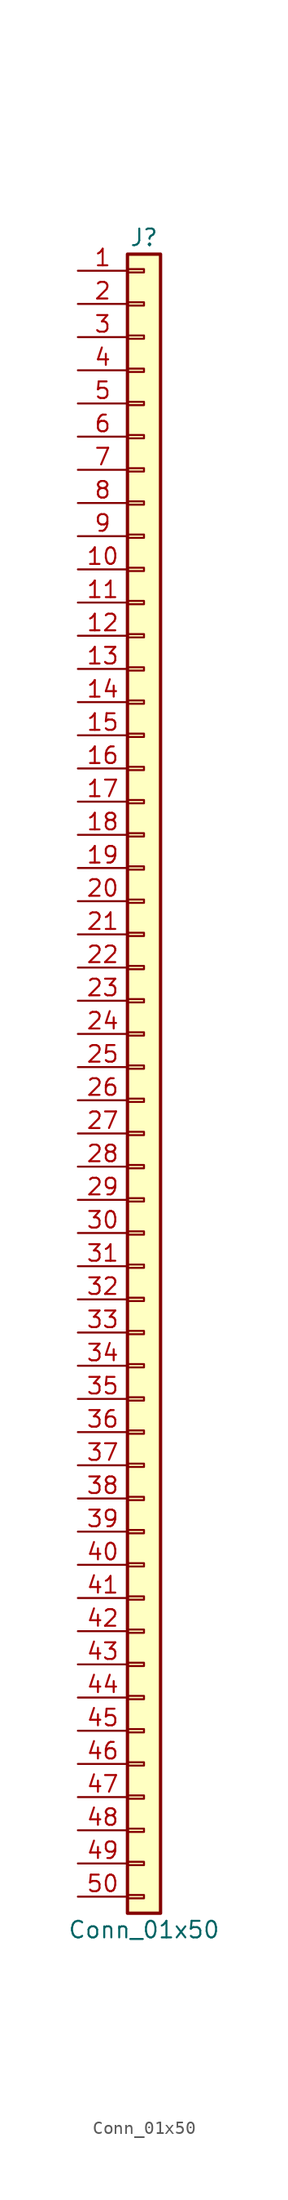
<source format=kicad_sym>
(kicad_symbol_lib
  (version 20211014)
  (generator kicad_symbol_editor)
  (symbol "Conn_01x50"
    (pin_names
      (offset 1.016) hide)
    (property "Reference" "J"
      (at 0 64.77 0)
      (effects (font (size 1.27 1.27))))
    (property "Value" "Conn_01x50"
      (at 0 -64.77 0)
      (effects (font (size 1.27 1.27))))
    (symbol "Conn_01x50_1_1"
      (rectangle (start -1.27 -62.103) (end 0 -62.357) (stroke (width 0.152) (type default) (color 0 0 0 0)) (fill (type none)))
      (rectangle (start -1.27 -59.563) (end 0 -59.817) (stroke (width 0.152) (type default) (color 0 0 0 0)) (fill (type none)))
      (rectangle (start -1.27 -57.023) (end 0 -57.277) (stroke (width 0.152) (type default) (color 0 0 0 0)) (fill (type none)))
      (rectangle (start -1.27 -54.483) (end 0 -54.737) (stroke (width 0.152) (type default) (color 0 0 0 0)) (fill (type none)))
      (rectangle (start -1.27 -51.943) (end 0 -52.197) (stroke (width 0.152) (type default) (color 0 0 0 0)) (fill (type none)))
      (rectangle (start -1.27 -49.403) (end 0 -49.657) (stroke (width 0.152) (type default) (color 0 0 0 0)) (fill (type none)))
      (rectangle (start -1.27 -46.863) (end 0 -47.117) (stroke (width 0.152) (type default) (color 0 0 0 0)) (fill (type none)))
      (rectangle (start -1.27 -44.323) (end 0 -44.577) (stroke (width 0.152) (type default) (color 0 0 0 0)) (fill (type none)))
      (rectangle (start -1.27 -41.783) (end 0 -42.037) (stroke (width 0.152) (type default) (color 0 0 0 0)) (fill (type none)))
      (rectangle (start -1.27 -39.243) (end 0 -39.497) (stroke (width 0.152) (type default) (color 0 0 0 0)) (fill (type none)))
      (rectangle (start -1.27 -36.703) (end 0 -36.957) (stroke (width 0.152) (type default) (color 0 0 0 0)) (fill (type none)))
      (rectangle (start -1.27 -34.163) (end 0 -34.417) (stroke (width 0.152) (type default) (color 0 0 0 0)) (fill (type none)))
      (rectangle (start -1.27 -31.623) (end 0 -31.877) (stroke (width 0.152) (type default) (color 0 0 0 0)) (fill (type none)))
      (rectangle (start -1.27 -29.083) (end 0 -29.337) (stroke (width 0.152) (type default) (color 0 0 0 0)) (fill (type none)))
      (rectangle (start -1.27 -26.543) (end 0 -26.797) (stroke (width 0.152) (type default) (color 0 0 0 0)) (fill (type none)))
      (rectangle (start -1.27 -24.003) (end 0 -24.257) (stroke (width 0.152) (type default) (color 0 0 0 0)) (fill (type none)))
      (rectangle (start -1.27 -21.463) (end 0 -21.717) (stroke (width 0.152) (type default) (color 0 0 0 0)) (fill (type none)))
      (rectangle (start -1.27 -18.923) (end 0 -19.177) (stroke (width 0.152) (type default) (color 0 0 0 0)) (fill (type none)))
      (rectangle (start -1.27 -16.383) (end 0 -16.637) (stroke (width 0.152) (type default) (color 0 0 0 0)) (fill (type none)))
      (rectangle (start -1.27 -13.843) (end 0 -14.097) (stroke (width 0.152) (type default) (color 0 0 0 0)) (fill (type none)))
      (rectangle (start -1.27 -11.303) (end 0 -11.557) (stroke (width 0.152) (type default) (color 0 0 0 0)) (fill (type none)))
      (rectangle (start -1.27 -8.763) (end 0 -9.017) (stroke (width 0.152) (type default) (color 0 0 0 0)) (fill (type none)))
      (rectangle (start -1.27 -6.223) (end 0 -6.477) (stroke (width 0.152) (type default) (color 0 0 0 0)) (fill (type none)))
      (rectangle (start -1.27 -3.683) (end 0 -3.937) (stroke (width 0.152) (type default) (color 0 0 0 0)) (fill (type none)))
      (rectangle (start -1.27 -1.143) (end 0 -1.397) (stroke (width 0.152) (type default) (color 0 0 0 0)) (fill (type none)))
      (rectangle (start -1.27 1.397) (end 0 1.143) (stroke (width 0.152) (type default) (color 0 0 0 0)) (fill (type none)))
      (rectangle (start -1.27 3.937) (end 0 3.683) (stroke (width 0.152) (type default) (color 0 0 0 0)) (fill (type none)))
      (rectangle (start -1.27 6.477) (end 0 6.223) (stroke (width 0.152) (type default) (color 0 0 0 0)) (fill (type none)))
      (rectangle (start -1.27 9.017) (end 0 8.763) (stroke (width 0.152) (type default) (color 0 0 0 0)) (fill (type none)))
      (rectangle (start -1.27 11.557) (end 0 11.303) (stroke (width 0.152) (type default) (color 0 0 0 0)) (fill (type none)))
      (rectangle (start -1.27 14.097) (end 0 13.843) (stroke (width 0.152) (type default) (color 0 0 0 0)) (fill (type none)))
      (rectangle (start -1.27 16.637) (end 0 16.383) (stroke (width 0.152) (type default) (color 0 0 0 0)) (fill (type none)))
      (rectangle (start -1.27 19.177) (end 0 18.923) (stroke (width 0.152) (type default) (color 0 0 0 0)) (fill (type none)))
      (rectangle (start -1.27 21.717) (end 0 21.463) (stroke (width 0.152) (type default) (color 0 0 0 0)) (fill (type none)))
      (rectangle (start -1.27 24.257) (end 0 24.003) (stroke (width 0.152) (type default) (color 0 0 0 0)) (fill (type none)))
      (rectangle (start -1.27 26.797) (end 0 26.543) (stroke (width 0.152) (type default) (color 0 0 0 0)) (fill (type none)))
      (rectangle (start -1.27 29.337) (end 0 29.083) (stroke (width 0.152) (type default) (color 0 0 0 0)) (fill (type none)))
      (rectangle (start -1.27 31.877) (end 0 31.623) (stroke (width 0.152) (type default) (color 0 0 0 0)) (fill (type none)))
      (rectangle (start -1.27 34.417) (end 0 34.163) (stroke (width 0.152) (type default) (color 0 0 0 0)) (fill (type none)))
      (rectangle (start -1.27 36.957) (end 0 36.703) (stroke (width 0.152) (type default) (color 0 0 0 0)) (fill (type none)))
      (rectangle (start -1.27 39.497) (end 0 39.243) (stroke (width 0.152) (type default) (color 0 0 0 0)) (fill (type none)))
      (rectangle (start -1.27 42.037) (end 0 41.783) (stroke (width 0.152) (type default) (color 0 0 0 0)) (fill (type none)))
      (rectangle (start -1.27 44.577) (end 0 44.323) (stroke (width 0.152) (type default) (color 0 0 0 0)) (fill (type none)))
      (rectangle (start -1.27 47.117) (end 0 46.863) (stroke (width 0.152) (type default) (color 0 0 0 0)) (fill (type none)))
      (rectangle (start -1.27 49.657) (end 0 49.403) (stroke (width 0.152) (type default) (color 0 0 0 0)) (fill (type none)))
      (rectangle (start -1.27 52.197) (end 0 51.943) (stroke (width 0.152) (type default) (color 0 0 0 0)) (fill (type none)))
      (rectangle (start -1.27 54.737) (end 0 54.483) (stroke (width 0.152) (type default) (color 0 0 0 0)) (fill (type none)))
      (rectangle (start -1.27 57.277) (end 0 57.023) (stroke (width 0.152) (type default) (color 0 0 0 0)) (fill (type none)))
      (rectangle (start -1.27 59.817) (end 0 59.563) (stroke (width 0.152) (type default) (color 0 0 0 0)) (fill (type none)))
      (rectangle (start -1.27 62.357) (end 0 62.103) (stroke (width 0.152) (type default) (color 0 0 0 0)) (fill (type none)))
      (rectangle (start -1.27 63.5) (end 1.27 -63.5) (stroke (width 0.254) (type default) (color 0 0 0 0)) (fill (type background)))
      (pin passive line (at -5.08 62.23 0) (length 3.81) (name "Pin_1" (effects (font (size 1.27 1.27)))) (number "1" (effects (font (size 1.27 1.27)))))
      (pin passive line (at -5.08 39.37 0) (length 3.81) (name "Pin_10" (effects (font (size 1.27 1.27)))) (number "10" (effects (font (size 1.27 1.27)))))
      (pin passive line (at -5.08 36.83 0) (length 3.81) (name "Pin_11" (effects (font (size 1.27 1.27)))) (number "11" (effects (font (size 1.27 1.27)))))
      (pin passive line (at -5.08 34.29 0) (length 3.81) (name "Pin_12" (effects (font (size 1.27 1.27)))) (number "12" (effects (font (size 1.27 1.27)))))
      (pin passive line (at -5.08 31.75 0) (length 3.81) (name "Pin_13" (effects (font (size 1.27 1.27)))) (number "13" (effects (font (size 1.27 1.27)))))
      (pin passive line (at -5.08 29.21 0) (length 3.81) (name "Pin_14" (effects (font (size 1.27 1.27)))) (number "14" (effects (font (size 1.27 1.27)))))
      (pin passive line (at -5.08 26.67 0) (length 3.81) (name "Pin_15" (effects (font (size 1.27 1.27)))) (number "15" (effects (font (size 1.27 1.27)))))
      (pin passive line (at -5.08 24.13 0) (length 3.81) (name "Pin_16" (effects (font (size 1.27 1.27)))) (number "16" (effects (font (size 1.27 1.27)))))
      (pin passive line (at -5.08 21.59 0) (length 3.81) (name "Pin_17" (effects (font (size 1.27 1.27)))) (number "17" (effects (font (size 1.27 1.27)))))
      (pin passive line (at -5.08 19.05 0) (length 3.81) (name "Pin_18" (effects (font (size 1.27 1.27)))) (number "18" (effects (font (size 1.27 1.27)))))
      (pin passive line (at -5.08 16.51 0) (length 3.81) (name "Pin_19" (effects (font (size 1.27 1.27)))) (number "19" (effects (font (size 1.27 1.27)))))
      (pin passive line (at -5.08 59.69 0) (length 3.81) (name "Pin_2" (effects (font (size 1.27 1.27)))) (number "2" (effects (font (size 1.27 1.27)))))
      (pin passive line (at -5.08 13.97 0) (length 3.81) (name "Pin_20" (effects (font (size 1.27 1.27)))) (number "20" (effects (font (size 1.27 1.27)))))
      (pin passive line (at -5.08 11.43 0) (length 3.81) (name "Pin_21" (effects (font (size 1.27 1.27)))) (number "21" (effects (font (size 1.27 1.27)))))
      (pin passive line (at -5.08 8.89 0) (length 3.81) (name "Pin_22" (effects (font (size 1.27 1.27)))) (number "22" (effects (font (size 1.27 1.27)))))
      (pin passive line (at -5.08 6.35 0) (length 3.81) (name "Pin_23" (effects (font (size 1.27 1.27)))) (number "23" (effects (font (size 1.27 1.27)))))
      (pin passive line (at -5.08 3.81 0) (length 3.81) (name "Pin_24" (effects (font (size 1.27 1.27)))) (number "24" (effects (font (size 1.27 1.27)))))
      (pin passive line (at -5.08 1.27 0) (length 3.81) (name "Pin_25" (effects (font (size 1.27 1.27)))) (number "25" (effects (font (size 1.27 1.27)))))
      (pin passive line (at -5.08 -1.27 0) (length 3.81) (name "Pin_26" (effects (font (size 1.27 1.27)))) (number "26" (effects (font (size 1.27 1.27)))))
      (pin passive line (at -5.08 -3.81 0) (length 3.81) (name "Pin_27" (effects (font (size 1.27 1.27)))) (number "27" (effects (font (size 1.27 1.27)))))
      (pin passive line (at -5.08 -6.35 0) (length 3.81) (name "Pin_28" (effects (font (size 1.27 1.27)))) (number "28" (effects (font (size 1.27 1.27)))))
      (pin passive line (at -5.08 -8.89 0) (length 3.81) (name "Pin_29" (effects (font (size 1.27 1.27)))) (number "29" (effects (font (size 1.27 1.27)))))
      (pin passive line (at -5.08 57.15 0) (length 3.81) (name "Pin_3" (effects (font (size 1.27 1.27)))) (number "3" (effects (font (size 1.27 1.27)))))
      (pin passive line (at -5.08 -11.43 0) (length 3.81) (name "Pin_30" (effects (font (size 1.27 1.27)))) (number "30" (effects (font (size 1.27 1.27)))))
      (pin passive line (at -5.08 -13.97 0) (length 3.81) (name "Pin_31" (effects (font (size 1.27 1.27)))) (number "31" (effects (font (size 1.27 1.27)))))
      (pin passive line (at -5.08 -16.51 0) (length 3.81) (name "Pin_32" (effects (font (size 1.27 1.27)))) (number "32" (effects (font (size 1.27 1.27)))))
      (pin passive line (at -5.08 -19.05 0) (length 3.81) (name "Pin_33" (effects (font (size 1.27 1.27)))) (number "33" (effects (font (size 1.27 1.27)))))
      (pin passive line (at -5.08 -21.59 0) (length 3.81) (name "Pin_34" (effects (font (size 1.27 1.27)))) (number "34" (effects (font (size 1.27 1.27)))))
      (pin passive line (at -5.08 -24.13 0) (length 3.81) (name "Pin_35" (effects (font (size 1.27 1.27)))) (number "35" (effects (font (size 1.27 1.27)))))
      (pin passive line (at -5.08 -26.67 0) (length 3.81) (name "Pin_36" (effects (font (size 1.27 1.27)))) (number "36" (effects (font (size 1.27 1.27)))))
      (pin passive line (at -5.08 -29.21 0) (length 3.81) (name "Pin_37" (effects (font (size 1.27 1.27)))) (number "37" (effects (font (size 1.27 1.27)))))
      (pin passive line (at -5.08 -31.75 0) (length 3.81) (name "Pin_38" (effects (font (size 1.27 1.27)))) (number "38" (effects (font (size 1.27 1.27)))))
      (pin passive line (at -5.08 -34.29 0) (length 3.81) (name "Pin_39" (effects (font (size 1.27 1.27)))) (number "39" (effects (font (size 1.27 1.27)))))
      (pin passive line (at -5.08 54.61 0) (length 3.81) (name "Pin_4" (effects (font (size 1.27 1.27)))) (number "4" (effects (font (size 1.27 1.27)))))
      (pin passive line (at -5.08 -36.83 0) (length 3.81) (name "Pin_40" (effects (font (size 1.27 1.27)))) (number "40" (effects (font (size 1.27 1.27)))))
      (pin passive line (at -5.08 -39.37 0) (length 3.81) (name "Pin_41" (effects (font (size 1.27 1.27)))) (number "41" (effects (font (size 1.27 1.27)))))
      (pin passive line (at -5.08 -41.91 0) (length 3.81) (name "Pin_42" (effects (font (size 1.27 1.27)))) (number "42" (effects (font (size 1.27 1.27)))))
      (pin passive line (at -5.08 -44.45 0) (length 3.81) (name "Pin_43" (effects (font (size 1.27 1.27)))) (number "43" (effects (font (size 1.27 1.27)))))
      (pin passive line (at -5.08 -46.99 0) (length 3.81) (name "Pin_44" (effects (font (size 1.27 1.27)))) (number "44" (effects (font (size 1.27 1.27)))))
      (pin passive line (at -5.08 -49.53 0) (length 3.81) (name "Pin_45" (effects (font (size 1.27 1.27)))) (number "45" (effects (font (size 1.27 1.27)))))
      (pin passive line (at -5.08 -52.07 0) (length 3.81) (name "Pin_46" (effects (font (size 1.27 1.27)))) (number "46" (effects (font (size 1.27 1.27)))))
      (pin passive line (at -5.08 -54.61 0) (length 3.81) (name "Pin_47" (effects (font (size 1.27 1.27)))) (number "47" (effects (font (size 1.27 1.27)))))
      (pin passive line (at -5.08 -57.15 0) (length 3.81) (name "Pin_48" (effects (font (size 1.27 1.27)))) (number "48" (effects (font (size 1.27 1.27)))))
      (pin passive line (at -5.08 -59.69 0) (length 3.81) (name "Pin_49" (effects (font (size 1.27 1.27)))) (number "49" (effects (font (size 1.27 1.27)))))
      (pin passive line (at -5.08 52.07 0) (length 3.81) (name "Pin_5" (effects (font (size 1.27 1.27)))) (number "5" (effects (font (size 1.27 1.27)))))
      (pin passive line (at -5.08 -62.23 0) (length 3.81) (name "Pin_50" (effects (font (size 1.27 1.27)))) (number "50" (effects (font (size 1.27 1.27)))))
      (pin passive line (at -5.08 49.53 0) (length 3.81) (name "Pin_6" (effects (font (size 1.27 1.27)))) (number "6" (effects (font (size 1.27 1.27)))))
      (pin passive line (at -5.08 46.99 0) (length 3.81) (name "Pin_7" (effects (font (size 1.27 1.27)))) (number "7" (effects (font (size 1.27 1.27)))))
      (pin passive line (at -5.08 44.45 0) (length 3.81) (name "Pin_8" (effects (font (size 1.27 1.27)))) (number "8" (effects (font (size 1.27 1.27)))))
      (pin passive line (at -5.08 41.91 0) (length 3.81) (name "Pin_9" (effects (font (size 1.27 1.27)))) (number "9" (effects (font (size 1.27 1.27))))))))
</source>
